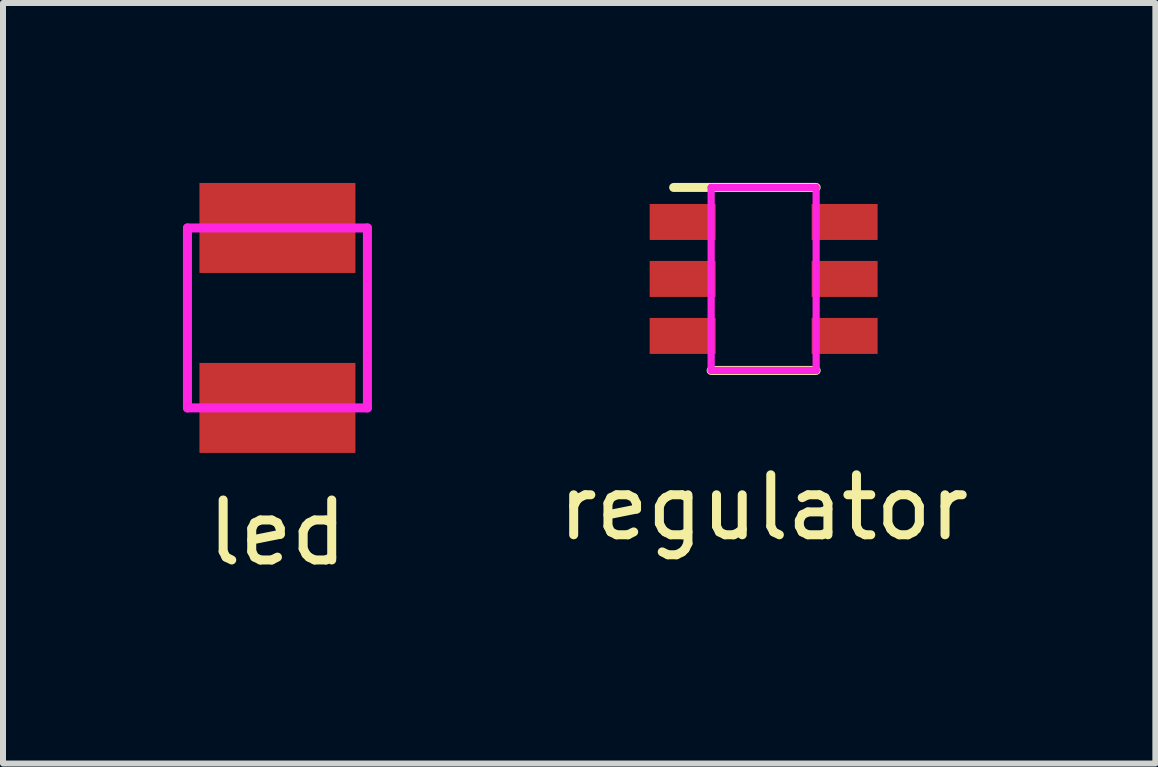
<source format=kicad_pcb>
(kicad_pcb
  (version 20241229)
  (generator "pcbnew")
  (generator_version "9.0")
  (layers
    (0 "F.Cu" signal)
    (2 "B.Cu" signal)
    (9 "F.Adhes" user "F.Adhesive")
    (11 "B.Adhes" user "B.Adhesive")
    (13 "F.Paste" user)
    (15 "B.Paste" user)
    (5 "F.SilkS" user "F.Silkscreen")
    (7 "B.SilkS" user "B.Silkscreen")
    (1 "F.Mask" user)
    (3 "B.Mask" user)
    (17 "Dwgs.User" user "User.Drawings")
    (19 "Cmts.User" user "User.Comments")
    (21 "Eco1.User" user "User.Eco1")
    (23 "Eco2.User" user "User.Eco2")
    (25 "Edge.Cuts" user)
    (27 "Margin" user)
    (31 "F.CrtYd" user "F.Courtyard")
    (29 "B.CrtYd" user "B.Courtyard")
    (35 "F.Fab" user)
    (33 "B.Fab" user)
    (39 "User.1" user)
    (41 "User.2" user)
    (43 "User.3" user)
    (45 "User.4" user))
  (footprint "led"
    (layer "F.Cu")
    (at 1.575 0.75)
    (property "Reference" "led" (at 0 5.08 0) (layer "F.SilkS") (effects (font (size 1 1) (thickness 0.15))))
    (attr through_hole)
    (fp_line (start -1.5 0) (end -1.5 3) (stroke (width 0.15) (type solid)) (layer "F.CrtYd"))
    (fp_line (start -1.5 0) (end 1.5 0) (stroke (width 0.15) (type solid)) (layer "F.CrtYd"))
    (fp_line (start 1.5 3) (end -1.5 3) (stroke (width 0.15) (type solid)) (layer "F.CrtYd"))
    (fp_line (start 1.5 3) (end 1.5 0) (stroke (width 0.15) (type solid)) (layer "F.CrtYd"))
    (pad "1" smd rect (at 0 0) (size 2.6 1.5) (layers "F.Cu" "F.Mask" "F.Paste"))
    (pad "2" smd rect (at 0 3) (size 2.6 1.5) (layers "F.Cu" "F.Mask" "F.Paste")))
  (footprint "regulator"
    (layer "F.Cu")
    (at 9.68 1.6)
    (property "Reference" "regulator" (at 0 3.81 0) (layer "F.SilkS") (effects (font (size 1 1) (thickness 0.15))))
    (attr through_hole)
    (fp_line (start -1.5 -1.525) (end 0.875 -1.525) (stroke (width 0.15) (type solid)) (layer "F.SilkS"))
    (fp_line (start -0.875 1.525) (end 0.875 1.525) (stroke (width 0.15) (type solid)) (layer "F.SilkS"))
    (fp_line (start -0.875 -1.525) (end -0.875 1.525) (stroke (width 0.12) (type solid)) (layer "F.CrtYd"))
    (fp_line (start -0.875 -1.525) (end 0.875 -1.525) (stroke (width 0.12) (type solid)) (layer "F.CrtYd"))
    (fp_line (start -0.875 1.525) (end 0.875 1.525) (stroke (width 0.12) (type solid)) (layer "F.CrtYd"))
    (fp_line (start 0.875 -1.525) (end 0.875 1.525) (stroke (width 0.12) (type solid)) (layer "F.CrtYd"))
    (pad "1" smd rect (at -1.35 -0.95) (size 1.1 0.6) (layers "F.Cu" "F.Mask" "F.Paste"))
    (pad "2" smd rect (at -1.35 0) (size 1.1 0.6) (layers "F.Cu" "F.Mask" "F.Paste"))
    (pad "3" smd rect (at -1.35 0.95) (size 1.1 0.6) (layers "F.Cu" "F.Mask" "F.Paste"))
    (pad "4" smd rect (at 1.35 0.95) (size 1.1 0.6) (layers "F.Cu" "F.Mask" "F.Paste"))
    (pad "5" smd rect (at 1.35 0) (size 1.1 0.6) (layers "F.Cu" "F.Mask" "F.Paste"))
    (pad "6" smd rect (at 1.35 -0.95) (size 1.1 0.6) (layers "F.Cu" "F.Mask" "F.Paste")))
  (gr_rect
    (start -3 -3)
    (end 16.21 9.678)
    (stroke (width 0.1) (type default))
    (fill no)
    (layer "Edge.Cuts")))
</source>
